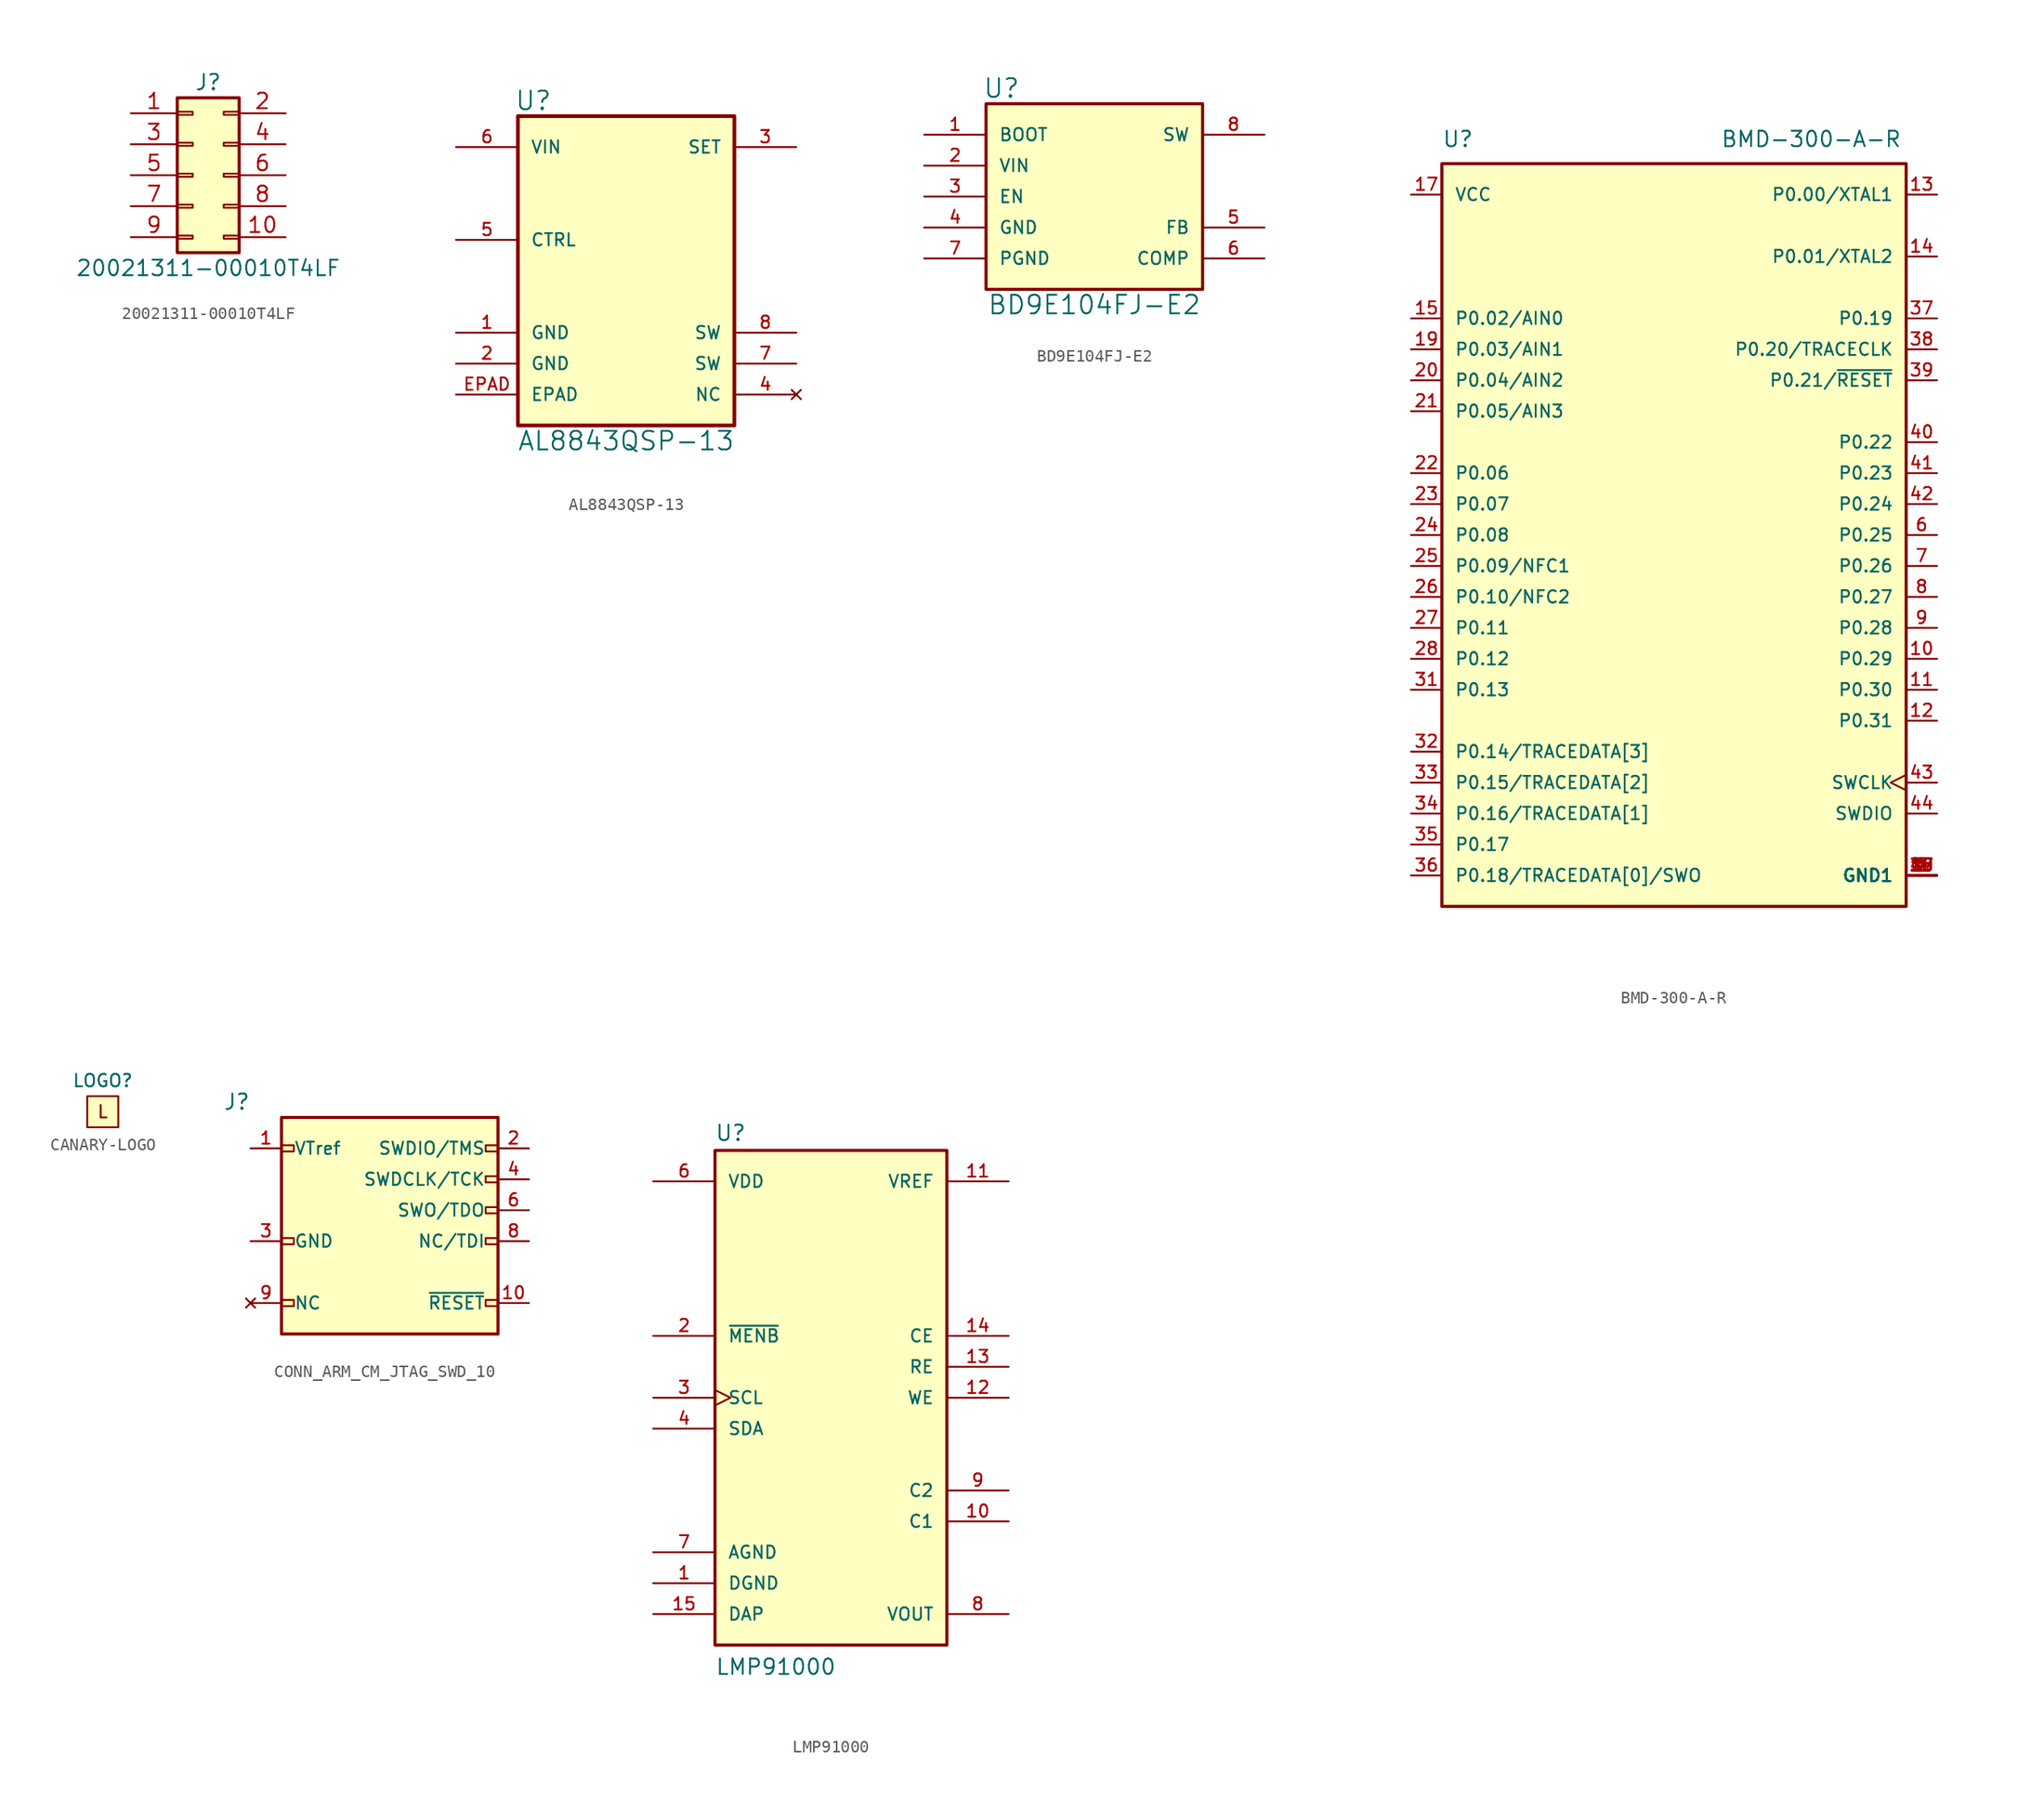
<source format=kicad_sym>
(kicad_symbol_lib
  (version 20211014)
  (generator kicad_symbol_editor)
  (symbol "20021311-00010T4LF"
    (pin_names
      (offset 1.016) hide)
    (property "Reference" "J"
      (at 1.27 7.62 0)
      (effects (font (size 1.27 1.27))))
    (property "Value" "20021311-00010T4LF"
      (at 1.27 -7.62 0)
      (effects (font (size 1.27 1.27))))
    (symbol "20021311-00010T4LF_1_1"
      (rectangle (start -1.27 -4.953) (end 0 -5.207) (stroke (width 0.152) (type default) (color 0 0 0 0)) (fill (type none)))
      (rectangle (start -1.27 -2.413) (end 0 -2.667) (stroke (width 0.152) (type default) (color 0 0 0 0)) (fill (type none)))
      (rectangle (start -1.27 0.127) (end 0 -0.127) (stroke (width 0.152) (type default) (color 0 0 0 0)) (fill (type none)))
      (rectangle (start -1.27 2.667) (end 0 2.413) (stroke (width 0.152) (type default) (color 0 0 0 0)) (fill (type none)))
      (rectangle (start -1.27 5.207) (end 0 4.953) (stroke (width 0.152) (type default) (color 0 0 0 0)) (fill (type none)))
      (rectangle (start -1.27 6.35) (end 3.81 -6.35) (stroke (width 0.254) (type default) (color 0 0 0 0)) (fill (type background)))
      (rectangle (start 3.81 -4.953) (end 2.54 -5.207) (stroke (width 0.152) (type default) (color 0 0 0 0)) (fill (type none)))
      (rectangle (start 3.81 -2.413) (end 2.54 -2.667) (stroke (width 0.152) (type default) (color 0 0 0 0)) (fill (type none)))
      (rectangle (start 3.81 0.127) (end 2.54 -0.127) (stroke (width 0.152) (type default) (color 0 0 0 0)) (fill (type none)))
      (rectangle (start 3.81 2.667) (end 2.54 2.413) (stroke (width 0.152) (type default) (color 0 0 0 0)) (fill (type none)))
      (rectangle (start 3.81 5.207) (end 2.54 4.953) (stroke (width 0.152) (type default) (color 0 0 0 0)) (fill (type none)))
      (pin passive line (at -5.08 5.08 0) (length 3.81) (name "Pin_1" (effects (font (size 1.27 1.27)))) (number "1" (effects (font (size 1.27 1.27)))))
      (pin passive line (at 7.62 -5.08 180) (length 3.81) (name "Pin_10" (effects (font (size 1.27 1.27)))) (number "10" (effects (font (size 1.27 1.27)))))
      (pin passive line (at 7.62 5.08 180) (length 3.81) (name "Pin_2" (effects (font (size 1.27 1.27)))) (number "2" (effects (font (size 1.27 1.27)))))
      (pin passive line (at -5.08 2.54 0) (length 3.81) (name "Pin_3" (effects (font (size 1.27 1.27)))) (number "3" (effects (font (size 1.27 1.27)))))
      (pin passive line (at 7.62 2.54 180) (length 3.81) (name "Pin_4" (effects (font (size 1.27 1.27)))) (number "4" (effects (font (size 1.27 1.27)))))
      (pin passive line (at -5.08 0 0) (length 3.81) (name "Pin_5" (effects (font (size 1.27 1.27)))) (number "5" (effects (font (size 1.27 1.27)))))
      (pin passive line (at 7.62 0 180) (length 3.81) (name "Pin_6" (effects (font (size 1.27 1.27)))) (number "6" (effects (font (size 1.27 1.27)))))
      (pin passive line (at -5.08 -2.54 0) (length 3.81) (name "Pin_7" (effects (font (size 1.27 1.27)))) (number "7" (effects (font (size 1.27 1.27)))))
      (pin passive line (at 7.62 -2.54 180) (length 3.81) (name "Pin_8" (effects (font (size 1.27 1.27)))) (number "8" (effects (font (size 1.27 1.27)))))
      (pin passive line (at -5.08 -5.08 0) (length 3.81) (name "Pin_9" (effects (font (size 1.27 1.27)))) (number "9" (effects (font (size 1.27 1.27)))))))
  (symbol "AL8843QSP-13"
    (pin_names
      (offset 1.016))
    (property "Reference" "U"
      (at -7.62 12.7 0)
      (effects (font (size 1.524 1.524))))
    (property "Value" "AL8843QSP-13"
      (at 0 -15.24 0)
      (effects (font (size 1.524 1.524))))
    (symbol "AL8843QSP-13_0_1"
      (rectangle (start -8.89 11.43) (end 8.89 -13.97) (stroke (width 0.305) (type default) (color 0 0 0 0)) (fill (type background))))
    (symbol "AL8843QSP-13_1_1"
      (pin power_in line (at -13.97 -6.35 0) (length 5.08) (name "GND" (effects (font (size 1.016 1.016)))) (number "1" (effects (font (size 1.016 1.016)))))
      (pin power_in line (at -13.97 -8.89 0) (length 5.08) (name "GND" (effects (font (size 1.016 1.016)))) (number "2" (effects (font (size 1.016 1.016)))))
      (pin unspecified line (at 13.97 8.89 180) (length 5.08) (name "SET" (effects (font (size 1.016 1.016)))) (number "3" (effects (font (size 1.016 1.016)))))
      (pin no_connect line (at 13.97 -11.43 180) (length 5.08) (name "NC" (effects (font (size 1.016 1.016)))) (number "4" (effects (font (size 1.016 1.016)))))
      (pin unspecified line (at -13.97 1.27 0) (length 5.08) (name "CTRL" (effects (font (size 1.016 1.016)))) (number "5" (effects (font (size 1.016 1.016)))))
      (pin unspecified line (at -13.97 8.89 0) (length 5.08) (name "VIN" (effects (font (size 1.016 1.016)))) (number "6" (effects (font (size 1.016 1.016)))))
      (pin unspecified line (at 13.97 -8.89 180) (length 5.08) (name "SW" (effects (font (size 1.016 1.016)))) (number "7" (effects (font (size 1.016 1.016)))))
      (pin unspecified line (at 13.97 -6.35 180) (length 5.08) (name "SW" (effects (font (size 1.016 1.016)))) (number "8" (effects (font (size 1.016 1.016)))))
      (pin unspecified line (at -13.97 -11.43 0) (length 5.08) (name "EPAD" (effects (font (size 1.016 1.016)))) (number "EPAD" (effects (font (size 1.016 1.016)))))))
  (symbol "BD9E104FJ-E2"
    (pin_names
      (offset 1.016))
    (property "Reference" "U"
      (at -7.62 8.89 0)
      (effects (font (size 1.524 1.524))))
    (property "Value" "BD9E104FJ-E2"
      (at 0 -8.89 0)
      (effects (font (size 1.524 1.524))))
    (symbol "BD9E104FJ-E2_0_0"
      (rectangle (start -8.89 7.62) (end 8.89 -7.62) (stroke (width 0.254) (type default) (color 0 0 0 0)) (fill (type background)))
      (pin input line (at -13.97 5.08 0) (length 5.08) (name "BOOT" (effects (font (size 1.016 1.016)))) (number "1" (effects (font (size 1.016 1.016)))))
      (pin input line (at -13.97 2.54 0) (length 5.08) (name "VIN" (effects (font (size 1.016 1.016)))) (number "2" (effects (font (size 1.016 1.016)))))
      (pin input line (at -13.97 0 0) (length 5.08) (name "EN" (effects (font (size 1.016 1.016)))) (number "3" (effects (font (size 1.016 1.016)))))
      (pin input line (at -13.97 -2.54 0) (length 5.08) (name "GND" (effects (font (size 1.016 1.016)))) (number "4" (effects (font (size 1.016 1.016)))))
      (pin input line (at 13.97 -2.54 180) (length 5.08) (name "FB" (effects (font (size 1.016 1.016)))) (number "5" (effects (font (size 1.016 1.016)))))
      (pin input line (at 13.97 -5.08 180) (length 5.08) (name "COMP" (effects (font (size 1.016 1.016)))) (number "6" (effects (font (size 1.016 1.016)))))
      (pin input line (at -13.97 -5.08 0) (length 5.08) (name "PGND" (effects (font (size 1.016 1.016)))) (number "7" (effects (font (size 1.016 1.016)))))
      (pin input line (at 13.97 5.08 180) (length 5.08) (name "SW" (effects (font (size 1.016 1.016)))) (number "8" (effects (font (size 1.016 1.016)))))))
  (symbol "BMD-300-A-R"
    (pin_names
      (offset 1.016))
    (property "Reference" "U"
      (at -19.05 29.21 0)
      (effects (font (size 1.27 1.27)) (justify left bottom)))
    (property "Value" "BMD-300-A-R"
      (at 3.81 29.21 0)
      (effects (font (size 1.27 1.27)) (justify left bottom)))
    (symbol "BMD-300-A-R_1_1"
      (rectangle (start -19.05 -33.02) (end 19.05 27.94) (stroke (width 0.254) (type default) (color 0 0 0 0)) (fill (type background)))
      (pin power_in line (at 21.59 -30.48 180) (length 2.54) (name "GND1" (effects (font (size 1.016 1.016)))) (number "1" (effects (font (size 1.016 1.016)))))
      (pin bidirectional line (at 21.59 -12.7 180) (length 2.54) (name "P0.29" (effects (font (size 1.016 1.016)))) (number "10" (effects (font (size 1.016 1.016)))))
      (pin bidirectional line (at 21.59 -15.24 180) (length 2.54) (name "P0.30" (effects (font (size 1.016 1.016)))) (number "11" (effects (font (size 1.016 1.016)))))
      (pin bidirectional line (at 21.59 -17.78 180) (length 2.54) (name "P0.31" (effects (font (size 1.016 1.016)))) (number "12" (effects (font (size 1.016 1.016)))))
      (pin bidirectional line (at 21.59 25.4 180) (length 2.54) (name "P0.00/XTAL1" (effects (font (size 1.016 1.016)))) (number "13" (effects (font (size 1.016 1.016)))))
      (pin bidirectional line (at 21.59 20.32 180) (length 2.54) (name "P0.01/XTAL2" (effects (font (size 1.016 1.016)))) (number "14" (effects (font (size 1.016 1.016)))))
      (pin bidirectional line (at -21.59 15.24 0) (length 2.54) (name "P0.02/AIN0" (effects (font (size 1.016 1.016)))) (number "15" (effects (font (size 1.016 1.016)))))
      (pin power_in line (at 21.59 -30.48 180) (length 2.54) (name "GND1" (effects (font (size 1.016 1.016)))) (number "16" (effects (font (size 1.016 1.016)))))
      (pin power_in line (at -21.59 25.4 0) (length 2.54) (name "VCC" (effects (font (size 1.016 1.016)))) (number "17" (effects (font (size 1.016 1.016)))))
      (pin power_in line (at 21.59 -30.48 180) (length 2.54) (name "GND1" (effects (font (size 1.016 1.016)))) (number "18" (effects (font (size 1.016 1.016)))))
      (pin bidirectional line (at -21.59 12.7 0) (length 2.54) (name "P0.03/AIN1" (effects (font (size 1.016 1.016)))) (number "19" (effects (font (size 1.016 1.016)))))
      (pin power_in line (at 21.59 -30.48 180) (length 2.54) (name "GND1" (effects (font (size 1.016 1.016)))) (number "2" (effects (font (size 1.016 1.016)))))
      (pin bidirectional line (at -21.59 10.16 0) (length 2.54) (name "P0.04/AIN2" (effects (font (size 1.016 1.016)))) (number "20" (effects (font (size 1.016 1.016)))))
      (pin bidirectional line (at -21.59 7.62 0) (length 2.54) (name "P0.05/AIN3" (effects (font (size 1.016 1.016)))) (number "21" (effects (font (size 1.016 1.016)))))
      (pin bidirectional line (at -21.59 2.54 0) (length 2.54) (name "P0.06" (effects (font (size 1.016 1.016)))) (number "22" (effects (font (size 1.016 1.016)))))
      (pin bidirectional line (at -21.59 0 0) (length 2.54) (name "P0.07" (effects (font (size 1.016 1.016)))) (number "23" (effects (font (size 1.016 1.016)))))
      (pin bidirectional line (at -21.59 -2.54 0) (length 2.54) (name "P0.08" (effects (font (size 1.016 1.016)))) (number "24" (effects (font (size 1.016 1.016)))))
      (pin bidirectional line (at -21.59 -5.08 0) (length 2.54) (name "P0.09/NFC1" (effects (font (size 1.016 1.016)))) (number "25" (effects (font (size 1.016 1.016)))))
      (pin bidirectional line (at -21.59 -7.62 0) (length 2.54) (name "P0.10/NFC2" (effects (font (size 1.016 1.016)))) (number "26" (effects (font (size 1.016 1.016)))))
      (pin bidirectional line (at -21.59 -10.16 0) (length 2.54) (name "P0.11" (effects (font (size 1.016 1.016)))) (number "27" (effects (font (size 1.016 1.016)))))
      (pin bidirectional line (at -21.59 -12.7 0) (length 2.54) (name "P0.12" (effects (font (size 1.016 1.016)))) (number "28" (effects (font (size 1.016 1.016)))))
      (pin power_in line (at 21.59 -30.48 180) (length 2.54) (name "GND1" (effects (font (size 1.016 1.016)))) (number "29" (effects (font (size 1.016 1.016)))))
      (pin power_in line (at 21.59 -30.48 180) (length 2.54) (name "GND1" (effects (font (size 1.016 1.016)))) (number "3" (effects (font (size 1.016 1.016)))))
      (pin power_in line (at 21.59 -30.48 180) (length 2.54) (name "GND1" (effects (font (size 1.016 1.016)))) (number "30" (effects (font (size 1.016 1.016)))))
      (pin bidirectional line (at -21.59 -15.24 0) (length 2.54) (name "P0.13" (effects (font (size 1.016 1.016)))) (number "31" (effects (font (size 1.016 1.016)))))
      (pin bidirectional line (at -21.59 -20.32 0) (length 2.54) (name "P0.14/TRACEDATA[3]" (effects (font (size 1.016 1.016)))) (number "32" (effects (font (size 1.016 1.016)))))
      (pin bidirectional line (at -21.59 -22.86 0) (length 2.54) (name "P0.15/TRACEDATA[2]" (effects (font (size 1.016 1.016)))) (number "33" (effects (font (size 1.016 1.016)))))
      (pin bidirectional line (at -21.59 -25.4 0) (length 2.54) (name "P0.16/TRACEDATA[1]" (effects (font (size 1.016 1.016)))) (number "34" (effects (font (size 1.016 1.016)))))
      (pin bidirectional line (at -21.59 -27.94 0) (length 2.54) (name "P0.17" (effects (font (size 1.016 1.016)))) (number "35" (effects (font (size 1.016 1.016)))))
      (pin bidirectional line (at -21.59 -30.48 0) (length 2.54) (name "P0.18/TRACEDATA[0]/SWO" (effects (font (size 1.016 1.016)))) (number "36" (effects (font (size 1.016 1.016)))))
      (pin bidirectional line (at 21.59 15.24 180) (length 2.54) (name "P0.19" (effects (font (size 1.016 1.016)))) (number "37" (effects (font (size 1.016 1.016)))))
      (pin bidirectional line (at 21.59 12.7 180) (length 2.54) (name "P0.20/TRACECLK" (effects (font (size 1.016 1.016)))) (number "38" (effects (font (size 1.016 1.016)))))
      (pin bidirectional line (at 21.59 10.16 180) (length 2.54) (name "P0.21/~{RESET}" (effects (font (size 1.016 1.016)))) (number "39" (effects (font (size 1.016 1.016)))))
      (pin power_in line (at 21.59 -30.48 180) (length 2.54) (name "GND1" (effects (font (size 1.016 1.016)))) (number "4" (effects (font (size 1.016 1.016)))))
      (pin bidirectional line (at 21.59 5.08 180) (length 2.54) (name "P0.22" (effects (font (size 1.016 1.016)))) (number "40" (effects (font (size 1.016 1.016)))))
      (pin bidirectional line (at 21.59 2.54 180) (length 2.54) (name "P0.23" (effects (font (size 1.016 1.016)))) (number "41" (effects (font (size 1.016 1.016)))))
      (pin bidirectional line (at 21.59 0 180) (length 2.54) (name "P0.24" (effects (font (size 1.016 1.016)))) (number "42" (effects (font (size 1.016 1.016)))))
      (pin input clock (at 21.59 -22.86 180) (length 2.54) (name "SWCLK" (effects (font (size 1.016 1.016)))) (number "43" (effects (font (size 1.016 1.016)))))
      (pin bidirectional line (at 21.59 -25.4 180) (length 2.54) (name "SWDIO" (effects (font (size 1.016 1.016)))) (number "44" (effects (font (size 1.016 1.016)))))
      (pin power_in line (at 21.59 -30.48 180) (length 2.54) (name "GND1" (effects (font (size 1.016 1.016)))) (number "45" (effects (font (size 1.016 1.016)))))
      (pin power_in line (at 21.59 -30.48 180) (length 2.54) (name "GND1" (effects (font (size 1.016 1.016)))) (number "46" (effects (font (size 1.016 1.016)))))
      (pin power_in line (at 21.59 -30.48 180) (length 2.54) (name "GND1" (effects (font (size 1.016 1.016)))) (number "47" (effects (font (size 1.016 1.016)))))
      (pin power_in line (at 21.59 -30.48 180) (length 2.54) (name "GND1" (effects (font (size 1.016 1.016)))) (number "5" (effects (font (size 1.016 1.016)))))
      (pin bidirectional line (at 21.59 -2.54 180) (length 2.54) (name "P0.25" (effects (font (size 1.016 1.016)))) (number "6" (effects (font (size 1.016 1.016)))))
      (pin bidirectional line (at 21.59 -5.08 180) (length 2.54) (name "P0.26" (effects (font (size 1.016 1.016)))) (number "7" (effects (font (size 1.016 1.016)))))
      (pin bidirectional line (at 21.59 -7.62 180) (length 2.54) (name "P0.27" (effects (font (size 1.016 1.016)))) (number "8" (effects (font (size 1.016 1.016)))))
      (pin bidirectional line (at 21.59 -10.16 180) (length 2.54) (name "P0.28" (effects (font (size 1.016 1.016)))) (number "9" (effects (font (size 1.016 1.016)))))))
  (symbol "CANARY-LOGO"
    (pin_names
      (offset 1.016))
    (property "Reference" "LOGO"
      (at 0 2.54 0)
      (effects (font (size 1.016 1.016))))
    (symbol "CANARY-LOGO_0_0"
      (text "L" (at 0 0 0) (effects (font (size 1.016 1.016)))))
    (symbol "CANARY-LOGO_0_1"
      (rectangle (start -1.27 1.27) (end 1.27 -1.27) (stroke (width 0) (type default) (color 0 0 0 0)) (fill (type background)))))
  (symbol "CONN_ARM_CM_JTAG_SWD_10"
    (pin_names
      (offset 1.016))
    (property "Reference" "J"
      (at -11.43 6.35 0)
      (effects (font (size 1.27 1.27)) (justify right)))
    (symbol "CONN_ARM_CM_JTAG_SWD_10_0_1"
      (rectangle (start -8.89 -9.906) (end -7.874 -10.414) (stroke (width 0) (type default) (color 0 0 0 0)) (fill (type none)))
      (rectangle (start -8.89 -4.826) (end -7.874 -5.334) (stroke (width 0) (type default) (color 0 0 0 0)) (fill (type none)))
      (rectangle (start -8.89 2.286) (end -7.874 2.794) (stroke (width 0) (type default) (color 0 0 0 0)) (fill (type none)))
      (rectangle (start -8.89 5.08) (end 8.89 -12.7) (stroke (width 0.254) (type default) (color 0 0 0 0)) (fill (type background)))
      (rectangle (start 7.874 -0.254) (end 8.89 0.254) (stroke (width 0) (type default) (color 0 0 0 0)) (fill (type none)))
      (rectangle (start 8.89 -9.906) (end 7.874 -10.414) (stroke (width 0) (type default) (color 0 0 0 0)) (fill (type none)))
      (rectangle (start 8.89 -2.794) (end 7.874 -2.286) (stroke (width 0) (type default) (color 0 0 0 0)) (fill (type none)))
      (rectangle (start 8.89 2.286) (end 7.874 2.794) (stroke (width 0) (type default) (color 0 0 0 0)) (fill (type none))))
    (symbol "CONN_ARM_CM_JTAG_SWD_10_1_1"
      (rectangle (start 7.874 -5.334) (end 8.89 -4.826) (stroke (width 0) (type default) (color 0 0 0 0)) (fill (type none)))
      (pin power_in line (at -11.43 2.54 0) (length 2.54) (name "VTref" (effects (font (size 1.016 1.016)))) (number "1" (effects (font (size 1.016 1.016)))))
      (pin open_collector line (at 11.43 -10.16 180) (length 2.54) (name "~{RESET}" (effects (font (size 1.016 1.016)))) (number "10" (effects (font (size 1.016 1.016)))))
      (pin bidirectional line (at 11.43 2.54 180) (length 2.54) (name "SWDIO/TMS" (effects (font (size 1.016 1.016)))) (number "2" (effects (font (size 1.016 1.016)))))
      (pin power_in line (at -11.43 -5.08 0) (length 2.54) (name "GND" (effects (font (size 1.016 1.016)))) (number "3" (effects (font (size 1.016 1.016)))))
      (pin output line (at 11.43 0 180) (length 2.54) (name "SWDCLK/TCK" (effects (font (size 1.016 1.016)))) (number "4" (effects (font (size 1.016 1.016)))))
      (pin passive line (at -11.43 -5.08 0) (length 2.54) hide (name "GND" (effects (font (size 1.016 1.016)))) (number "5" (effects (font (size 1.016 1.016)))))
      (pin input line (at 11.43 -2.54 180) (length 2.54) (name "SWO/TDO" (effects (font (size 1.016 1.016)))) (number "6" (effects (font (size 1.016 1.016)))))
      (pin no_connect line (at -11.43 -7.62 0) (length 2.54) hide (name "KEY" (effects (font (size 1.016 1.016)))) (number "7" (effects (font (size 1.016 1.016)))))
      (pin output line (at 11.43 -5.08 180) (length 2.54) (name "NC/TDI" (effects (font (size 1.016 1.016)))) (number "8" (effects (font (size 1.016 1.016)))))
      (pin no_connect line (at -11.43 -10.16 0) (length 2.54) (name "NC" (effects (font (size 1.016 1.016)))) (number "9" (effects (font (size 1.016 1.016)))))))
  (symbol "LMP91000"
    (pin_names
      (offset 1.016))
    (property "Reference" "U"
      (at -12.725 23.546 0)
      (effects (font (size 1.27 1.27)) (justify left bottom)))
    (property "Value" "LMP91000"
      (at -12.7 -20.32 0)
      (effects (font (size 1.27 1.27)) (justify left bottom)))
    (symbol "LMP91000_0_0"
      (rectangle (start -12.7 -17.78) (end 6.35 22.86) (stroke (width 0.254) (type default) (color 0 0 0 0)) (fill (type background)))
      (pin power_in line (at -17.78 -12.7 0) (length 5.08) (name "DGND" (effects (font (size 1.016 1.016)))) (number "1" (effects (font (size 1.016 1.016)))))
      (pin passive line (at 11.43 -7.62 180) (length 5.08) (name "C1" (effects (font (size 1.016 1.016)))) (number "10" (effects (font (size 1.016 1.016)))))
      (pin power_in line (at 11.43 20.32 180) (length 5.08) (name "VREF" (effects (font (size 1.016 1.016)))) (number "11" (effects (font (size 1.016 1.016)))))
      (pin output line (at 11.43 2.54 180) (length 5.08) (name "WE" (effects (font (size 1.016 1.016)))) (number "12" (effects (font (size 1.016 1.016)))))
      (pin input line (at 11.43 5.08 180) (length 5.08) (name "RE" (effects (font (size 1.016 1.016)))) (number "13" (effects (font (size 1.016 1.016)))))
      (pin output line (at 11.43 7.62 180) (length 5.08) (name "CE" (effects (font (size 1.016 1.016)))) (number "14" (effects (font (size 1.016 1.016)))))
      (pin power_in line (at -17.78 -15.24 0) (length 5.08) (name "DAP" (effects (font (size 1.016 1.016)))) (number "15" (effects (font (size 1.016 1.016)))))
      (pin input line (at -17.78 7.62 0) (length 5.08) (name "~{MENB}" (effects (font (size 1.016 1.016)))) (number "2" (effects (font (size 1.016 1.016)))))
      (pin input clock (at -17.78 2.54 0) (length 5.08) (name "SCL" (effects (font (size 1.016 1.016)))) (number "3" (effects (font (size 1.016 1.016)))))
      (pin bidirectional line (at -17.78 0 0) (length 5.08) (name "SDA" (effects (font (size 1.016 1.016)))) (number "4" (effects (font (size 1.016 1.016)))))
      (pin power_in line (at -17.78 20.32 0) (length 5.08) (name "VDD" (effects (font (size 1.016 1.016)))) (number "6" (effects (font (size 1.016 1.016)))))
      (pin power_in line (at -17.78 -10.16 0) (length 5.08) (name "AGND" (effects (font (size 1.016 1.016)))) (number "7" (effects (font (size 1.016 1.016)))))
      (pin output line (at 11.43 -15.24 180) (length 5.08) (name "VOUT" (effects (font (size 1.016 1.016)))) (number "8" (effects (font (size 1.016 1.016)))))
      (pin passive line (at 11.43 -5.08 180) (length 5.08) (name "C2" (effects (font (size 1.016 1.016)))) (number "9" (effects (font (size 1.016 1.016))))))))
</source>
